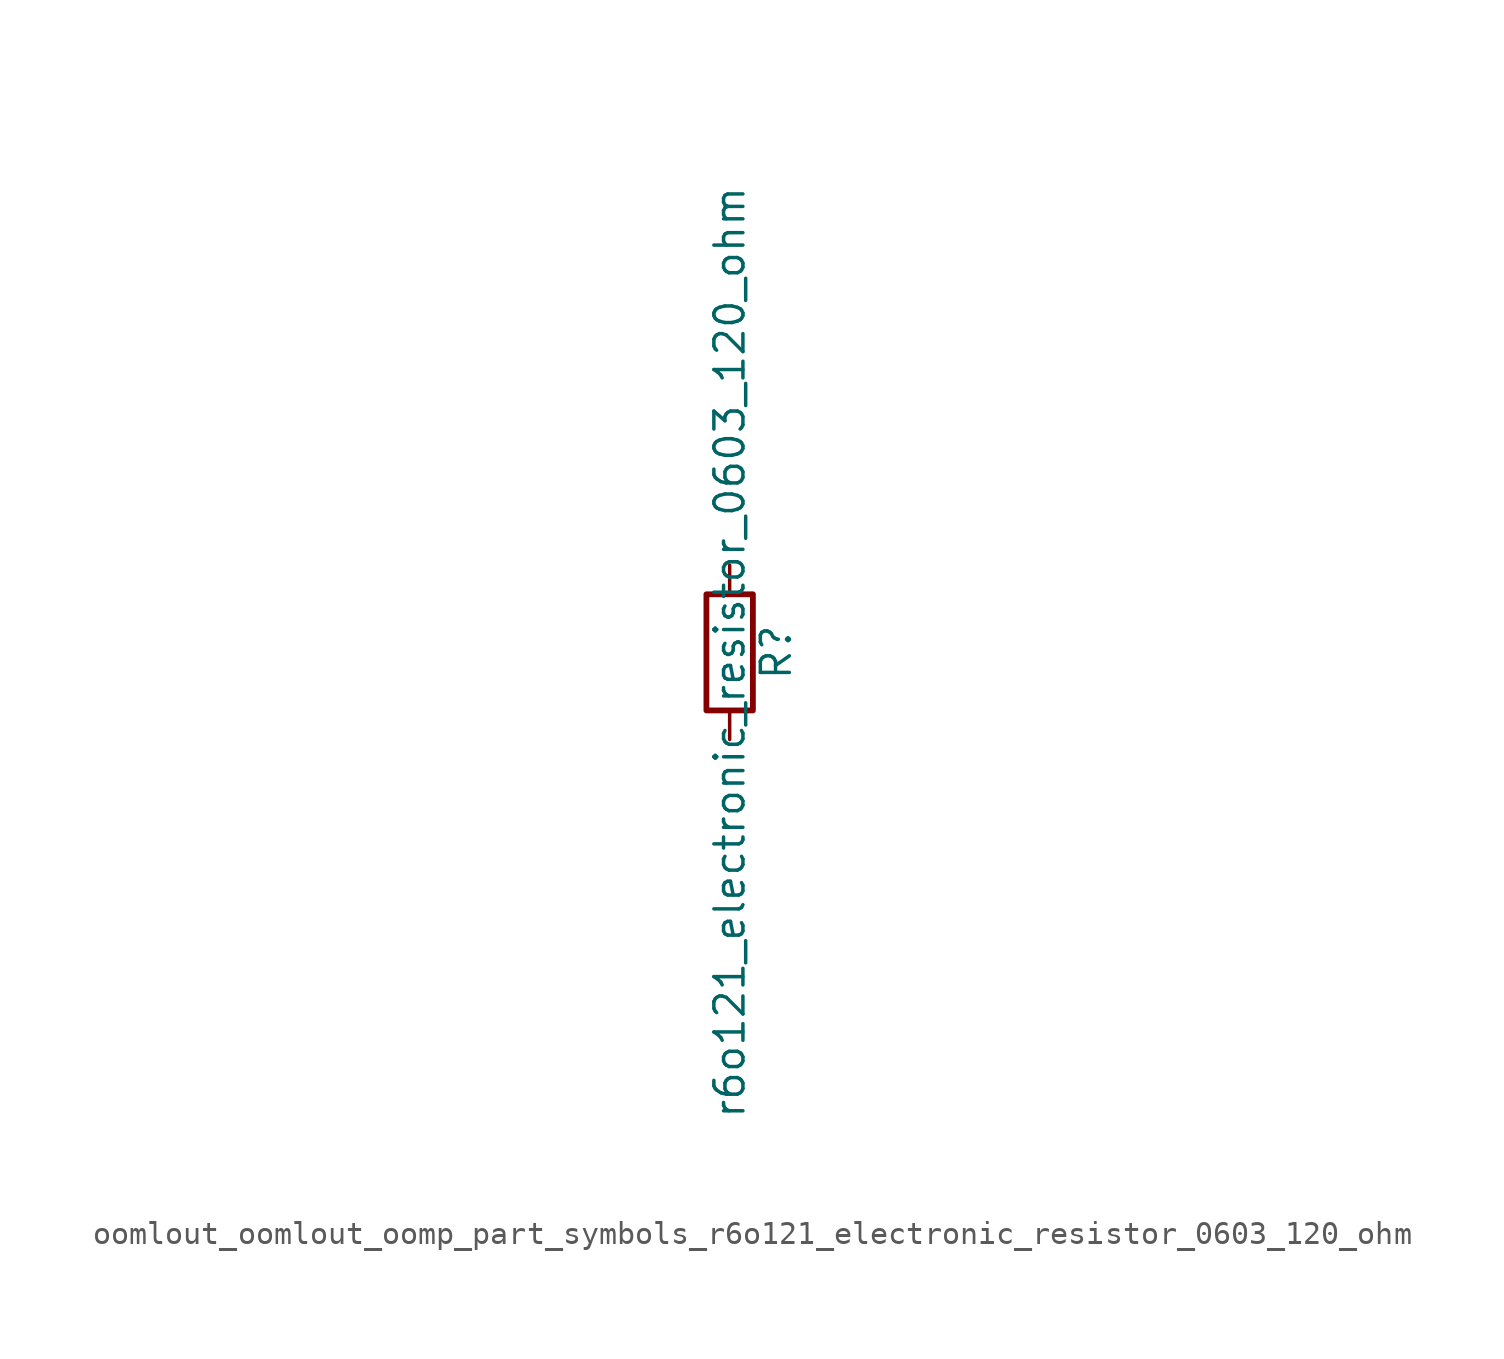
<source format=kicad_sym>
(kicad_symbol_lib
  (version 20220914)
  (generator kicad_symbol_editor)
  (symbol "oomlout_oomlout_oomp_part_symbols_r6o121_electronic_resistor_0603_120_ohm"
    (pin_numbers hide)
    (pin_names
      (offset 0))
    (property "Reference" "R"
      (at 2.032 0 90)
      (effects (font (size 1.27 1.27))))
    (property "Value" "r6o121_electronic_resistor_0603_120_ohm"
      (at 0 0 90)
      (effects (font (size 1.27 1.27))))
    (symbol "oomlout_oomlout_oomp_part_symbols_r6o121_electronic_resistor_0603_120_ohm_0_1"
      (rectangle (start -1.016 -2.54) (end 1.016 2.54) (stroke (width 0.254) (type default)) (fill (type none))))
    (symbol "oomlout_oomlout_oomp_part_symbols_r6o121_electronic_resistor_0603_120_ohm_1_1"
      (pin passive line (at 0 3.81 270) (length 1.27) (name "~" (effects (font (size 1.27 1.27)))) (number "1" (effects (font (size 1.27 1.27)))))
      (pin passive line (at 0 -3.81 90) (length 1.27) (name "~" (effects (font (size 1.27 1.27)))) (number "2" (effects (font (size 1.27 1.27))))))))
</source>
